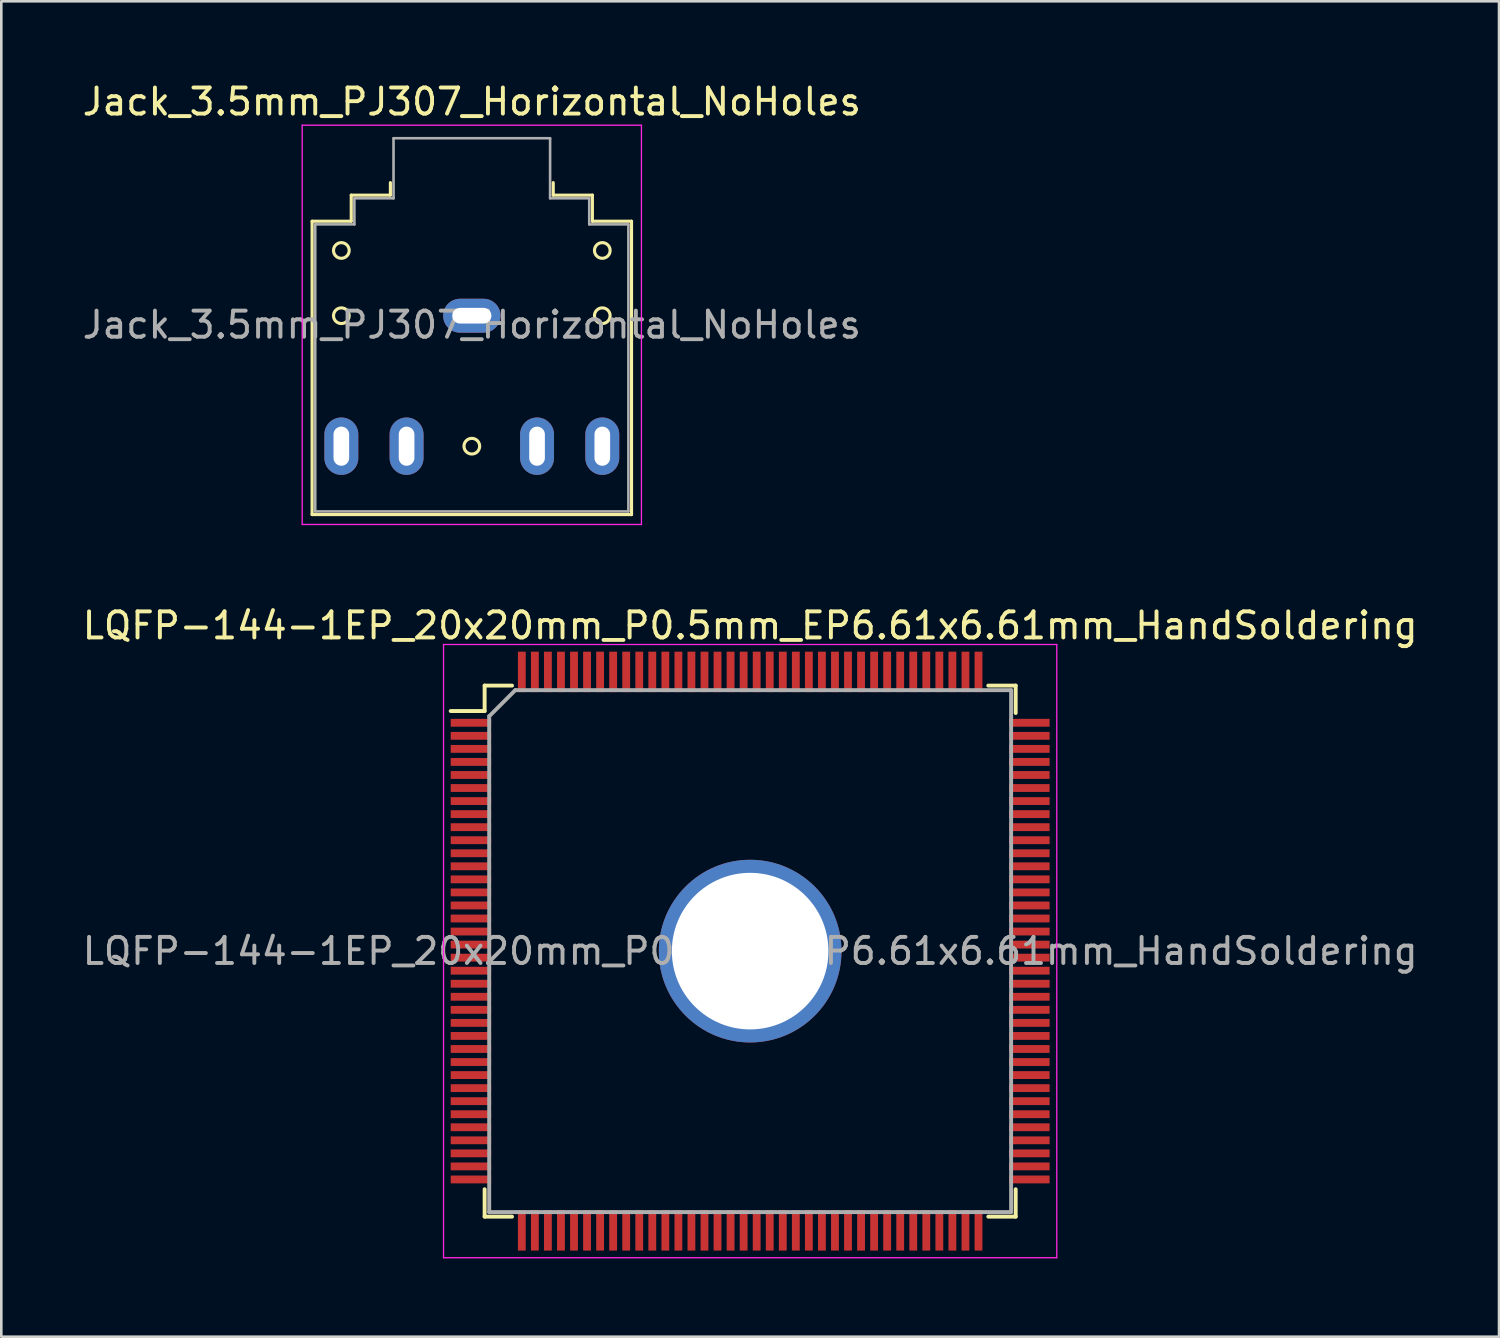
<source format=kicad_pcb>
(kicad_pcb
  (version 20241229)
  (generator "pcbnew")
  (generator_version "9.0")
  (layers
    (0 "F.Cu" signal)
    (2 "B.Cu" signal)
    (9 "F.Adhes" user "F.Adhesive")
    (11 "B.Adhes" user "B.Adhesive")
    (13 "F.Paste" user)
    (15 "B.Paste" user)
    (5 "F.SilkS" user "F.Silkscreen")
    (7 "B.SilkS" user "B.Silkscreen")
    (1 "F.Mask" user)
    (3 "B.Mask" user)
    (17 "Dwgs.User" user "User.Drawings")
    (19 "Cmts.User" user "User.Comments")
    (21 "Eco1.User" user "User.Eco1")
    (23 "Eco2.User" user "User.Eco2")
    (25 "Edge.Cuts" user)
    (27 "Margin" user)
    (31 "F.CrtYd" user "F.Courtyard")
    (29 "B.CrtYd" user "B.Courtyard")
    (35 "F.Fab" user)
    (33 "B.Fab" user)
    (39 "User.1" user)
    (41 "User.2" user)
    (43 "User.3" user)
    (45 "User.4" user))
  (footprint "Jack_3.5mm_PJ307_Horizontal_NoHoles"
    (layer "F.Cu")
    (at 15.03 9.048)
    (property "Reference" "Jack_3.5mm_PJ307_Horizontal_NoHoles" (at 0 -8.2 0) (layer "F.SilkS") (effects (font (size 1 1) (thickness 0.15))))
    (attr through_hole)
    (fp_line (start -6.12 -3.62) (end -4.62 -3.62) (stroke (width 0.12) (type solid)) (layer "F.SilkS"))
    (fp_line (start -6.12 7.62) (end -6.12 -3.62) (stroke (width 0.12) (type solid)) (layer "F.SilkS"))
    (fp_line (start -4.62 -4.62) (end -3.12 -4.62) (stroke (width 0.12) (type solid)) (layer "F.SilkS"))
    (fp_line (start -4.62 -3.62) (end -4.62 -4.62) (stroke (width 0.12) (type solid)) (layer "F.SilkS"))
    (fp_line (start -3.12 -4.62) (end -3.12 -5.1) (stroke (width 0.12) (type solid)) (layer "F.SilkS"))
    (fp_line (start 3.12 -4.62) (end 3.12 -5.1) (stroke (width 0.12) (type solid)) (layer "F.SilkS"))
    (fp_line (start 3.12 -4.62) (end 4.62 -4.62) (stroke (width 0.12) (type solid)) (layer "F.SilkS"))
    (fp_line (start 4.62 -4.62) (end 4.62 -3.62) (stroke (width 0.12) (type solid)) (layer "F.SilkS"))
    (fp_line (start 4.62 -3.62) (end 6.12 -3.62) (stroke (width 0.12) (type solid)) (layer "F.SilkS"))
    (fp_line (start 6.12 -3.62) (end 6.12 7.62) (stroke (width 0.12) (type solid)) (layer "F.SilkS"))
    (fp_line (start 6.12 7.62) (end -6.12 7.62) (stroke (width 0.12) (type solid)) (layer "F.SilkS"))
    (fp_circle (center -5 -2.5) (end -4.7 -2.5) (stroke (width 0.12) (type solid)) (fill no) (layer "F.SilkS"))
    (fp_circle (center -5 0) (end -4.7 0) (stroke (width 0.12) (type solid)) (fill no) (layer "F.SilkS"))
    (fp_circle (center 0 5) (end 0.3 5) (stroke (width 0.12) (type solid)) (fill no) (layer "F.SilkS"))
    (fp_circle (center 5 -2.5) (end 5.3 -2.5) (stroke (width 0.12) (type solid)) (fill no) (layer "F.SilkS"))
    (fp_circle (center 5 0) (end 5.3 0) (stroke (width 0.12) (type solid)) (fill no) (layer "F.SilkS"))
    (fp_line (start -6.5 -7.3) (end -6.5 8) (stroke (width 0.05) (type solid)) (layer "F.CrtYd"))
    (fp_line (start -6.5 8) (end 6.5 8) (stroke (width 0.05) (type solid)) (layer "F.CrtYd"))
    (fp_line (start 6.5 -7.3) (end -6.5 -7.3) (stroke (width 0.05) (type solid)) (layer "F.CrtYd"))
    (fp_line (start 6.5 8) (end 6.5 -7.3) (stroke (width 0.05) (type solid)) (layer "F.CrtYd"))
    (fp_line (start -6 -3.5) (end -4.5 -3.5) (stroke (width 0.1) (type solid)) (layer "F.Fab"))
    (fp_line (start -6 7.5) (end -6 -3.5) (stroke (width 0.1) (type solid)) (layer "F.Fab"))
    (fp_line (start -4.5 -4.5) (end -3 -4.5) (stroke (width 0.1) (type solid)) (layer "F.Fab"))
    (fp_line (start -4.5 -3.5) (end -4.5 -4.5) (stroke (width 0.1) (type solid)) (layer "F.Fab"))
    (fp_line (start -3 -4.5) (end -3 -6.8) (stroke (width 0.1) (type solid)) (layer "F.Fab"))
    (fp_line (start 3 -6.8) (end -3 -6.8) (stroke (width 0.1) (type solid)) (layer "F.Fab"))
    (fp_line (start 3 -4.5) (end 3 -6.8) (stroke (width 0.1) (type solid)) (layer "F.Fab"))
    (fp_line (start 3 -4.5) (end 4.5 -4.5) (stroke (width 0.1) (type solid)) (layer "F.Fab"))
    (fp_line (start 4.5 -4.5) (end 4.5 -3.5) (stroke (width 0.1) (type solid)) (layer "F.Fab"))
    (fp_line (start 4.5 -3.5) (end 6 -3.5) (stroke (width 0.1) (type solid)) (layer "F.Fab"))
    (fp_line (start 6 -3.5) (end 6 7.5) (stroke (width 0.1) (type solid)) (layer "F.Fab"))
    (fp_line (start 6 7.5) (end -6 7.5) (stroke (width 0.1) (type solid)) (layer "F.Fab"))
    (fp_text user "${REFERENCE}" (at 0 0.35 0) (layer "F.Fab") (effects (font (size 1 1) (thickness 0.15))))
    (pad "R" thru_hole oval (at 5 5 270) (size 2.2 1.3) (drill oval 1.5 0.6) (layers "*.Cu" "*.Mask"))
    (pad "RN" thru_hole oval (at 2.5 5 270) (size 2.2 1.3) (drill oval 1.5 0.6) (layers "*.Cu" "*.Mask"))
    (pad "S" thru_hole oval (at 0 0) (size 2.2 1.3) (drill oval 1.5 0.6) (layers "*.Cu" "*.Mask"))
    (pad "T" thru_hole oval (at -5 5 90) (size 2.2 1.3) (drill oval 1.5 0.6) (layers "*.Cu" "*.Mask"))
    (pad "TN" thru_hole oval (at -2.5 5 90) (size 2.2 1.3) (drill oval 1.5 0.6) (layers "*.Cu" "*.Mask")))
  (footprint "LQFP-144-1EP_20x20mm_P0.5mm_EP6.61x6.61mm_HandSoldering"
    (layer "F.Cu")
    (at 25.696 33.397)
    (property "Reference" "LQFP-144-1EP_20x20mm_P0.5mm_EP6.61x6.61mm_HandSoldering" (at 0 -12.475 0) (layer "F.SilkS") (effects (font (size 1 1) (thickness 0.15))))
    (attr smd)
    (fp_line (start -10.175 -10.175) (end -10.175 -9.2) (stroke (width 0.15) (type solid)) (layer "F.SilkS"))
    (fp_line (start -10.175 -10.175) (end -9.125 -10.175) (stroke (width 0.15) (type solid)) (layer "F.SilkS"))
    (fp_line (start -10.175 -9.2) (end -11.475 -9.2) (stroke (width 0.15) (type solid)) (layer "F.SilkS"))
    (fp_line (start -10.175 10.175) (end -10.175 9.125) (stroke (width 0.15) (type solid)) (layer "F.SilkS"))
    (fp_line (start -10.175 10.175) (end -9.125 10.175) (stroke (width 0.15) (type solid)) (layer "F.SilkS"))
    (fp_line (start 10.175 -10.175) (end 9.125 -10.175) (stroke (width 0.15) (type solid)) (layer "F.SilkS"))
    (fp_line (start 10.175 -10.175) (end 10.175 -9.125) (stroke (width 0.15) (type solid)) (layer "F.SilkS"))
    (fp_line (start 10.175 10.175) (end 9.125 10.175) (stroke (width 0.15) (type solid)) (layer "F.SilkS"))
    (fp_line (start 10.175 10.175) (end 10.175 9.125) (stroke (width 0.15) (type solid)) (layer "F.SilkS"))
    (fp_line (start -11.75 -11.75) (end -11.75 11.75) (stroke (width 0.05) (type solid)) (layer "F.CrtYd"))
    (fp_line (start -11.75 -11.75) (end 11.75 -11.75) (stroke (width 0.05) (type solid)) (layer "F.CrtYd"))
    (fp_line (start -11.75 11.75) (end 11.75 11.75) (stroke (width 0.05) (type solid)) (layer "F.CrtYd"))
    (fp_line (start 11.75 -11.75) (end 11.75 11.75) (stroke (width 0.05) (type solid)) (layer "F.CrtYd"))
    (fp_line (start -10 -9) (end -9 -10) (stroke (width 0.15) (type solid)) (layer "F.Fab"))
    (fp_line (start -10 10) (end -10 -9) (stroke (width 0.15) (type solid)) (layer "F.Fab"))
    (fp_line (start -9 -10) (end 10 -10) (stroke (width 0.15) (type solid)) (layer "F.Fab"))
    (fp_line (start 10 -10) (end 10 10) (stroke (width 0.15) (type solid)) (layer "F.Fab"))
    (fp_line (start 10 10) (end -10 10) (stroke (width 0.15) (type solid)) (layer "F.Fab"))
    (fp_text user "${REFERENCE}" (at 0 0 0) (layer "F.Fab") (effects (font (size 1 1) (thickness 0.15))))
    (pad "1" smd rect (at -10.7 -8.75) (size 1.55 0.3) (layers "F.Cu" "F.Mask"))
    (pad "2" smd rect (at -10.7 -8.25) (size 1.55 0.3) (layers "F.Cu" "F.Mask"))
    (pad "3" smd rect (at -10.7 -7.75) (size 1.55 0.3) (layers "F.Cu" "F.Mask"))
    (pad "4" smd rect (at -10.7 -7.25) (size 1.55 0.3) (layers "F.Cu" "F.Mask"))
    (pad "5" smd rect (at -10.7 -6.75) (size 1.55 0.3) (layers "F.Cu" "F.Mask"))
    (pad "6" smd rect (at -10.7 -6.25) (size 1.55 0.3) (layers "F.Cu" "F.Mask"))
    (pad "7" smd rect (at -10.7 -5.75) (size 1.55 0.3) (layers "F.Cu" "F.Mask"))
    (pad "8" smd rect (at -10.7 -5.25) (size 1.55 0.3) (layers "F.Cu" "F.Mask"))
    (pad "9" smd rect (at -10.7 -4.75) (size 1.55 0.3) (layers "F.Cu" "F.Mask"))
    (pad "10" smd rect (at -10.7 -4.25) (size 1.55 0.3) (layers "F.Cu" "F.Mask"))
    (pad "11" smd rect (at -10.7 -3.75) (size 1.55 0.3) (layers "F.Cu" "F.Mask"))
    (pad "12" smd rect (at -10.7 -3.25) (size 1.55 0.3) (layers "F.Cu" "F.Mask"))
    (pad "13" smd rect (at -10.7 -2.75) (size 1.55 0.3) (layers "F.Cu" "F.Mask"))
    (pad "14" smd rect (at -10.7 -2.25) (size 1.55 0.3) (layers "F.Cu" "F.Mask"))
    (pad "15" smd rect (at -10.7 -1.75) (size 1.55 0.3) (layers "F.Cu" "F.Mask"))
    (pad "16" smd rect (at -10.7 -1.25) (size 1.55 0.3) (layers "F.Cu" "F.Mask"))
    (pad "17" smd rect (at -10.7 -0.75) (size 1.55 0.3) (layers "F.Cu" "F.Mask"))
    (pad "18" smd rect (at -10.7 -0.25) (size 1.55 0.3) (layers "F.Cu" "F.Mask"))
    (pad "19" smd rect (at -10.7 0.25) (size 1.55 0.3) (layers "F.Cu" "F.Mask"))
    (pad "20" smd rect (at -10.7 0.75) (size 1.55 0.3) (layers "F.Cu" "F.Mask"))
    (pad "21" smd rect (at -10.7 1.25) (size 1.55 0.3) (layers "F.Cu" "F.Mask"))
    (pad "22" smd rect (at -10.7 1.75) (size 1.55 0.3) (layers "F.Cu" "F.Mask"))
    (pad "23" smd rect (at -10.7 2.25) (size 1.55 0.3) (layers "F.Cu" "F.Mask"))
    (pad "24" smd rect (at -10.7 2.75) (size 1.55 0.3) (layers "F.Cu" "F.Mask"))
    (pad "25" smd rect (at -10.7 3.25) (size 1.55 0.3) (layers "F.Cu" "F.Mask"))
    (pad "26" smd rect (at -10.7 3.75) (size 1.55 0.3) (layers "F.Cu" "F.Mask"))
    (pad "27" smd rect (at -10.7 4.25) (size 1.55 0.3) (layers "F.Cu" "F.Mask"))
    (pad "28" smd rect (at -10.7 4.75) (size 1.55 0.3) (layers "F.Cu" "F.Mask"))
    (pad "29" smd rect (at -10.7 5.25) (size 1.55 0.3) (layers "F.Cu" "F.Mask"))
    (pad "30" smd rect (at -10.7 5.75) (size 1.55 0.3) (layers "F.Cu" "F.Mask"))
    (pad "31" smd rect (at -10.7 6.25) (size 1.55 0.3) (layers "F.Cu" "F.Mask"))
    (pad "32" smd rect (at -10.7 6.75) (size 1.55 0.3) (layers "F.Cu" "F.Mask"))
    (pad "33" smd rect (at -10.7 7.25) (size 1.55 0.3) (layers "F.Cu" "F.Mask"))
    (pad "34" smd rect (at -10.7 7.75) (size 1.55 0.3) (layers "F.Cu" "F.Mask"))
    (pad "35" smd rect (at -10.7 8.25) (size 1.55 0.3) (layers "F.Cu" "F.Mask"))
    (pad "36" smd rect (at -10.7 8.75) (size 1.55 0.3) (layers "F.Cu" "F.Mask"))
    (pad "37" smd rect (at -8.75 10.7 90) (size 1.55 0.3) (layers "F.Cu" "F.Mask"))
    (pad "38" smd rect (at -8.25 10.7 90) (size 1.55 0.3) (layers "F.Cu" "F.Mask"))
    (pad "39" smd rect (at -7.75 10.7 90) (size 1.55 0.3) (layers "F.Cu" "F.Mask"))
    (pad "40" smd rect (at -7.25 10.7 90) (size 1.55 0.3) (layers "F.Cu" "F.Mask"))
    (pad "41" smd rect (at -6.75 10.7 90) (size 1.55 0.3) (layers "F.Cu" "F.Mask"))
    (pad "42" smd rect (at -6.25 10.7 90) (size 1.55 0.3) (layers "F.Cu" "F.Mask"))
    (pad "43" smd rect (at -5.75 10.7 90) (size 1.55 0.3) (layers "F.Cu" "F.Mask"))
    (pad "44" smd rect (at -5.25 10.7 90) (size 1.55 0.3) (layers "F.Cu" "F.Mask"))
    (pad "45" smd rect (at -4.75 10.7 90) (size 1.55 0.3) (layers "F.Cu" "F.Mask"))
    (pad "46" smd rect (at -4.25 10.7 90) (size 1.55 0.3) (layers "F.Cu" "F.Mask"))
    (pad "47" smd rect (at -3.75 10.7 90) (size 1.55 0.3) (layers "F.Cu" "F.Mask"))
    (pad "48" smd rect (at -3.25 10.7 90) (size 1.55 0.3) (layers "F.Cu" "F.Mask"))
    (pad "49" smd rect (at -2.75 10.7 90) (size 1.55 0.3) (layers "F.Cu" "F.Mask"))
    (pad "50" smd rect (at -2.25 10.7 90) (size 1.55 0.3) (layers "F.Cu" "F.Mask"))
    (pad "51" smd rect (at -1.75 10.7 90) (size 1.55 0.3) (layers "F.Cu" "F.Mask"))
    (pad "52" smd rect (at -1.25 10.7 90) (size 1.55 0.3) (layers "F.Cu" "F.Mask"))
    (pad "53" smd rect (at -0.75 10.7 90) (size 1.55 0.3) (layers "F.Cu" "F.Mask"))
    (pad "54" smd rect (at -0.25 10.7 90) (size 1.55 0.3) (layers "F.Cu" "F.Mask"))
    (pad "55" smd rect (at 0.25 10.7 90) (size 1.55 0.3) (layers "F.Cu" "F.Mask"))
    (pad "56" smd rect (at 0.75 10.7 90) (size 1.55 0.3) (layers "F.Cu" "F.Mask"))
    (pad "57" smd rect (at 1.25 10.7 90) (size 1.55 0.3) (layers "F.Cu" "F.Mask"))
    (pad "58" smd rect (at 1.75 10.7 90) (size 1.55 0.3) (layers "F.Cu" "F.Mask"))
    (pad "59" smd rect (at 2.25 10.7 90) (size 1.55 0.3) (layers "F.Cu" "F.Mask"))
    (pad "60" smd rect (at 2.75 10.7 90) (size 1.55 0.3) (layers "F.Cu" "F.Mask"))
    (pad "61" smd rect (at 3.25 10.7 90) (size 1.55 0.3) (layers "F.Cu" "F.Mask"))
    (pad "62" smd rect (at 3.75 10.7 90) (size 1.55 0.3) (layers "F.Cu" "F.Mask"))
    (pad "63" smd rect (at 4.25 10.7 90) (size 1.55 0.3) (layers "F.Cu" "F.Mask"))
    (pad "64" smd rect (at 4.75 10.7 90) (size 1.55 0.3) (layers "F.Cu" "F.Mask"))
    (pad "65" smd rect (at 5.25 10.7 90) (size 1.55 0.3) (layers "F.Cu" "F.Mask"))
    (pad "66" smd rect (at 5.75 10.7 90) (size 1.55 0.3) (layers "F.Cu" "F.Mask"))
    (pad "67" smd rect (at 6.25 10.7 90) (size 1.55 0.3) (layers "F.Cu" "F.Mask"))
    (pad "68" smd rect (at 6.75 10.7 90) (size 1.55 0.3) (layers "F.Cu" "F.Mask"))
    (pad "69" smd rect (at 7.25 10.7 90) (size 1.55 0.3) (layers "F.Cu" "F.Mask"))
    (pad "70" smd rect (at 7.75 10.7 90) (size 1.55 0.3) (layers "F.Cu" "F.Mask"))
    (pad "71" smd rect (at 8.25 10.7 90) (size 1.55 0.3) (layers "F.Cu" "F.Mask"))
    (pad "72" smd rect (at 8.75 10.7 90) (size 1.55 0.3) (layers "F.Cu" "F.Mask"))
    (pad "73" smd rect (at 10.7 8.75) (size 1.55 0.3) (layers "F.Cu" "F.Mask"))
    (pad "74" smd rect (at 10.7 8.25) (size 1.55 0.3) (layers "F.Cu" "F.Mask"))
    (pad "75" smd rect (at 10.7 7.75) (size 1.55 0.3) (layers "F.Cu" "F.Mask"))
    (pad "76" smd rect (at 10.7 7.25) (size 1.55 0.3) (layers "F.Cu" "F.Mask"))
    (pad "77" smd rect (at 10.7 6.75) (size 1.55 0.3) (layers "F.Cu" "F.Mask"))
    (pad "78" smd rect (at 10.7 6.25) (size 1.55 0.3) (layers "F.Cu" "F.Mask"))
    (pad "79" smd rect (at 10.7 5.75) (size 1.55 0.3) (layers "F.Cu" "F.Mask"))
    (pad "80" smd rect (at 10.7 5.25) (size 1.55 0.3) (layers "F.Cu" "F.Mask"))
    (pad "81" smd rect (at 10.7 4.75) (size 1.55 0.3) (layers "F.Cu" "F.Mask"))
    (pad "82" smd rect (at 10.7 4.25) (size 1.55 0.3) (layers "F.Cu" "F.Mask"))
    (pad "83" smd rect (at 10.7 3.75) (size 1.55 0.3) (layers "F.Cu" "F.Mask"))
    (pad "84" smd rect (at 10.7 3.25) (size 1.55 0.3) (layers "F.Cu" "F.Mask"))
    (pad "85" smd rect (at 10.7 2.75) (size 1.55 0.3) (layers "F.Cu" "F.Mask"))
    (pad "86" smd rect (at 10.7 2.25) (size 1.55 0.3) (layers "F.Cu" "F.Mask"))
    (pad "87" smd rect (at 10.7 1.75) (size 1.55 0.3) (layers "F.Cu" "F.Mask"))
    (pad "88" smd rect (at 10.7 1.25) (size 1.55 0.3) (layers "F.Cu" "F.Mask"))
    (pad "89" smd rect (at 10.7 0.75) (size 1.55 0.3) (layers "F.Cu" "F.Mask"))
    (pad "90" smd rect (at 10.7 0.25) (size 1.55 0.3) (layers "F.Cu" "F.Mask"))
    (pad "91" smd rect (at 10.7 -0.25) (size 1.55 0.3) (layers "F.Cu" "F.Mask"))
    (pad "92" smd rect (at 10.7 -0.75) (size 1.55 0.3) (layers "F.Cu" "F.Mask"))
    (pad "93" smd rect (at 10.7 -1.25) (size 1.55 0.3) (layers "F.Cu" "F.Mask"))
    (pad "94" smd rect (at 10.7 -1.75) (size 1.55 0.3) (layers "F.Cu" "F.Mask"))
    (pad "95" smd rect (at 10.7 -2.25) (size 1.55 0.3) (layers "F.Cu" "F.Mask"))
    (pad "96" smd rect (at 10.7 -2.75) (size 1.55 0.3) (layers "F.Cu" "F.Mask"))
    (pad "97" smd rect (at 10.7 -3.25) (size 1.55 0.3) (layers "F.Cu" "F.Mask"))
    (pad "98" smd rect (at 10.7 -3.75) (size 1.55 0.3) (layers "F.Cu" "F.Mask"))
    (pad "99" smd rect (at 10.7 -4.25) (size 1.55 0.3) (layers "F.Cu" "F.Mask"))
    (pad "100" smd rect (at 10.7 -4.75) (size 1.55 0.3) (layers "F.Cu" "F.Mask"))
    (pad "101" smd rect (at 10.7 -5.25) (size 1.55 0.3) (layers "F.Cu" "F.Mask"))
    (pad "102" smd rect (at 10.7 -5.75) (size 1.55 0.3) (layers "F.Cu" "F.Mask"))
    (pad "103" smd rect (at 10.7 -6.25) (size 1.55 0.3) (layers "F.Cu" "F.Mask"))
    (pad "104" smd rect (at 10.7 -6.75) (size 1.55 0.3) (layers "F.Cu" "F.Mask"))
    (pad "105" smd rect (at 10.7 -7.25) (size 1.55 0.3) (layers "F.Cu" "F.Mask"))
    (pad "106" smd rect (at 10.7 -7.75) (size 1.55 0.3) (layers "F.Cu" "F.Mask"))
    (pad "107" smd rect (at 10.7 -8.25) (size 1.55 0.3) (layers "F.Cu" "F.Mask"))
    (pad "108" smd rect (at 10.7 -8.75) (size 1.55 0.3) (layers "F.Cu" "F.Mask"))
    (pad "109" smd rect (at 8.75 -10.7 90) (size 1.55 0.3) (layers "F.Cu" "F.Mask"))
    (pad "110" smd rect (at 8.25 -10.7 90) (size 1.55 0.3) (layers "F.Cu" "F.Mask"))
    (pad "111" smd rect (at 7.75 -10.7 90) (size 1.55 0.3) (layers "F.Cu" "F.Mask"))
    (pad "112" smd rect (at 7.25 -10.7 90) (size 1.55 0.3) (layers "F.Cu" "F.Mask"))
    (pad "113" smd rect (at 6.75 -10.7 90) (size 1.55 0.3) (layers "F.Cu" "F.Mask"))
    (pad "114" smd rect (at 6.25 -10.7 90) (size 1.55 0.3) (layers "F.Cu" "F.Mask"))
    (pad "115" smd rect (at 5.75 -10.7 90) (size 1.55 0.3) (layers "F.Cu" "F.Mask"))
    (pad "116" smd rect (at 5.25 -10.7 90) (size 1.55 0.3) (layers "F.Cu" "F.Mask"))
    (pad "117" smd rect (at 4.75 -10.7 90) (size 1.55 0.3) (layers "F.Cu" "F.Mask"))
    (pad "118" smd rect (at 4.25 -10.7 90) (size 1.55 0.3) (layers "F.Cu" "F.Mask"))
    (pad "119" smd rect (at 3.75 -10.7 90) (size 1.55 0.3) (layers "F.Cu" "F.Mask"))
    (pad "120" smd rect (at 3.25 -10.7 90) (size 1.55 0.3) (layers "F.Cu" "F.Mask"))
    (pad "121" smd rect (at 2.75 -10.7 90) (size 1.55 0.3) (layers "F.Cu" "F.Mask"))
    (pad "122" smd rect (at 2.25 -10.7 90) (size 1.55 0.3) (layers "F.Cu" "F.Mask"))
    (pad "123" smd rect (at 1.75 -10.7 90) (size 1.55 0.3) (layers "F.Cu" "F.Mask"))
    (pad "124" smd rect (at 1.25 -10.7 90) (size 1.55 0.3) (layers "F.Cu" "F.Mask"))
    (pad "125" smd rect (at 0.75 -10.7 90) (size 1.55 0.3) (layers "F.Cu" "F.Mask"))
    (pad "126" smd rect (at 0.25 -10.7 90) (size 1.55 0.3) (layers "F.Cu" "F.Mask"))
    (pad "127" smd rect (at -0.25 -10.7 90) (size 1.55 0.3) (layers "F.Cu" "F.Mask"))
    (pad "128" smd rect (at -0.75 -10.7 90) (size 1.55 0.3) (layers "F.Cu" "F.Mask"))
    (pad "129" smd rect (at -1.25 -10.7 90) (size 1.55 0.3) (layers "F.Cu" "F.Mask"))
    (pad "130" smd rect (at -1.75 -10.7 90) (size 1.55 0.3) (layers "F.Cu" "F.Mask"))
    (pad "131" smd rect (at -2.25 -10.7 90) (size 1.55 0.3) (layers "F.Cu" "F.Mask"))
    (pad "132" smd rect (at -2.75 -10.7 90) (size 1.55 0.3) (layers "F.Cu" "F.Mask"))
    (pad "133" smd rect (at -3.25 -10.7 90) (size 1.55 0.3) (layers "F.Cu" "F.Mask"))
    (pad "134" smd rect (at -3.75 -10.7 90) (size 1.55 0.3) (layers "F.Cu" "F.Mask"))
    (pad "135" smd rect (at -4.25 -10.7 90) (size 1.55 0.3) (layers "F.Cu" "F.Mask"))
    (pad "136" smd rect (at -4.75 -10.7 90) (size 1.55 0.3) (layers "F.Cu" "F.Mask"))
    (pad "137" smd rect (at -5.25 -10.7 90) (size 1.55 0.3) (layers "F.Cu" "F.Mask"))
    (pad "138" smd rect (at -5.75 -10.7 90) (size 1.55 0.3) (layers "F.Cu" "F.Mask"))
    (pad "139" smd rect (at -6.25 -10.7 90) (size 1.55 0.3) (layers "F.Cu" "F.Mask"))
    (pad "140" smd rect (at -6.75 -10.7 90) (size 1.55 0.3) (layers "F.Cu" "F.Mask"))
    (pad "141" smd rect (at -7.25 -10.7 90) (size 1.55 0.3) (layers "F.Cu" "F.Mask"))
    (pad "142" smd rect (at -7.75 -10.7 90) (size 1.55 0.3) (layers "F.Cu" "F.Mask"))
    (pad "143" smd rect (at -8.25 -10.7 90) (size 1.55 0.3) (layers "F.Cu" "F.Mask"))
    (pad "144" smd rect (at -8.75 -10.7 90) (size 1.55 0.3) (layers "F.Cu" "F.Mask"))
    (pad "145" thru_hole circle (at 0 0) (size 7 7) (drill 6) (layers "*.Cu" "*.Mask")))
  (gr_rect
    (start -3 -3)
    (end 54.393 48.172)
    (stroke (width 0.1) (type default))
    (fill no)
    (layer "Edge.Cuts")))
</source>
